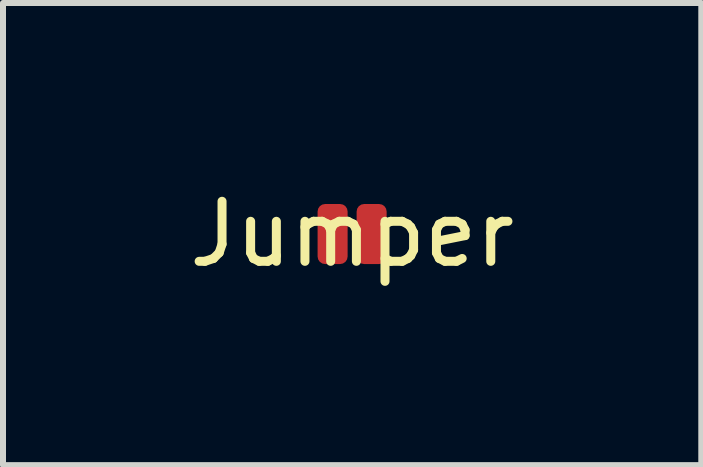
<source format=kicad_pcb>
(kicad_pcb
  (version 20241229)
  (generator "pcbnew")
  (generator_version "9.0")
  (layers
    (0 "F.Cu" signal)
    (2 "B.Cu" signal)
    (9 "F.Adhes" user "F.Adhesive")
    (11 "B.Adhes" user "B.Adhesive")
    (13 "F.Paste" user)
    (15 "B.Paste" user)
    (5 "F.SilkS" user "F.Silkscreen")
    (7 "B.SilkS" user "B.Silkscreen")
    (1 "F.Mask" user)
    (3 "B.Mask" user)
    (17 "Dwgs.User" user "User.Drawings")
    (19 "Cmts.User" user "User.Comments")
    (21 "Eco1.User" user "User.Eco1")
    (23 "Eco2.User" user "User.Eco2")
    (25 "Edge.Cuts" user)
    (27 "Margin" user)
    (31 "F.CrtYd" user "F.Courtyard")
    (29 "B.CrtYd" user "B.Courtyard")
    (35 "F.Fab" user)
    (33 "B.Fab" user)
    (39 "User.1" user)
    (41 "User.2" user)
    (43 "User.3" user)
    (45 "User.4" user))
  (footprint "Jumper"
    (layer "F.Cu")
    (at 2.815 0.848)
    (property "Reference" "Jumper" (at 0 0 0) (layer "F.SilkS") (effects (font (size 1 1) (thickness 0.15))))
    (attr smd)
    (pad "1" smd roundrect (at -0.325 0) (size 0.5 1) (layers "F.Cu" "F.Mask" "F.Paste") (roundrect_rratio 0.25))
    (pad "2" smd roundrect (at 0.325 0) (size 0.5 1) (layers "F.Cu" "F.Mask" "F.Paste") (roundrect_rratio 0.25)))
  (gr_rect
    (start -3 -3)
    (end 8.631 4.697)
    (stroke (width 0.1) (type default))
    (fill no)
    (layer "Edge.Cuts")))
</source>
